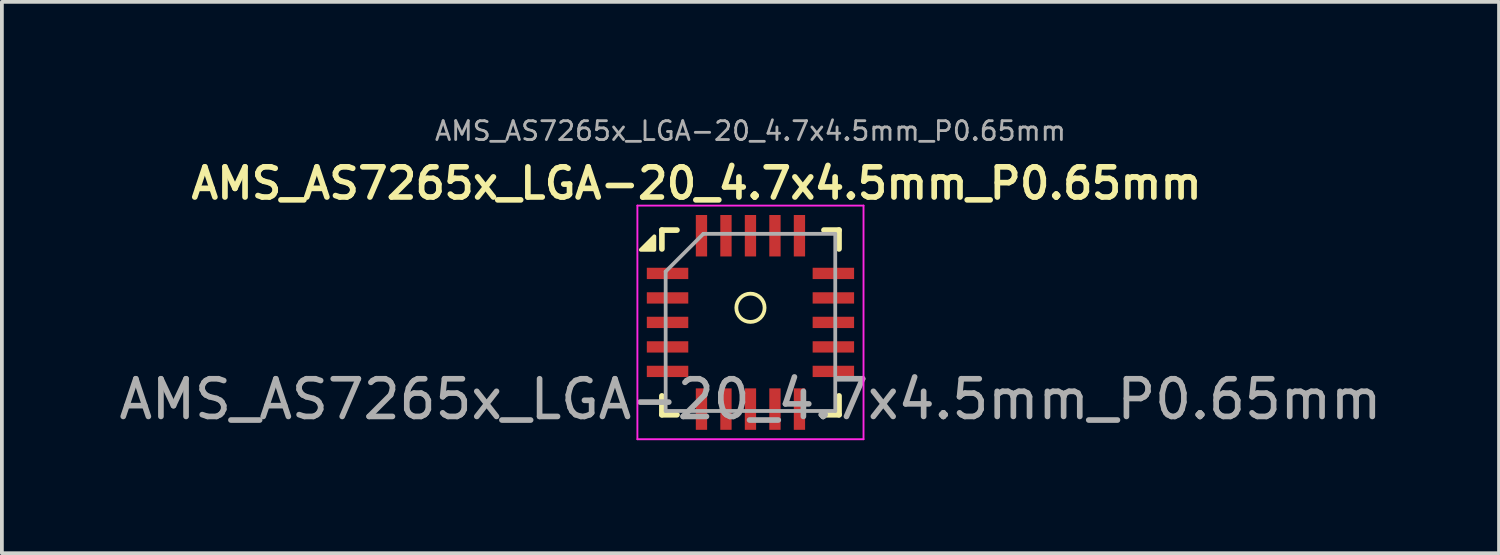
<source format=kicad_pcb>
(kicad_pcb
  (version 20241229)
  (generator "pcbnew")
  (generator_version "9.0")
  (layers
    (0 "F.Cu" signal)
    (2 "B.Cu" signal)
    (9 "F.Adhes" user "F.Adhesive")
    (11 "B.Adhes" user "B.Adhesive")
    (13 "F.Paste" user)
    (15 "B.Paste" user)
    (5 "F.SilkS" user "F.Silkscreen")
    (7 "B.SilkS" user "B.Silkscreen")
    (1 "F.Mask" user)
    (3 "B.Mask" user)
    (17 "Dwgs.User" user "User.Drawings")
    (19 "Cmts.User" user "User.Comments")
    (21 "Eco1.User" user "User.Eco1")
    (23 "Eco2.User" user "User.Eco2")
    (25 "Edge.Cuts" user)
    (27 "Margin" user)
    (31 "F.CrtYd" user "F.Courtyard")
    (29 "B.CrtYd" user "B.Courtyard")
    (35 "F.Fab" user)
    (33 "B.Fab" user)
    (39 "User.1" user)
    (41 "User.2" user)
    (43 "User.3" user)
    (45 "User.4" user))
  (footprint "AMS_AS7265x_LGA-20_4.7x4.5mm_P0.65mm"
    (layer "F.Cu")
    (at 16.865 5.111)
    (property "Reference" "AMS_AS7265x_LGA-20_4.7x4.5mm_P0.65mm" (at -1.432 -3.296 0) (unlocked yes) (layer "F.SilkS") (effects (font (size 0.8 0.8) (thickness 0.15))))
    (attr smd)
    (fp_line (start -2.352 -2.056) (end -1.952 -2.056) (stroke (width 0.15) (type solid)) (layer "F.SilkS"))
    (fp_line (start -2.352 -1.556) (end -2.352 -2.056) (stroke (width 0.15) (type solid)) (layer "F.SilkS"))
    (fp_line (start -2.352 2.844) (end -2.352 2.344) (stroke (width 0.15) (type solid)) (layer "F.SilkS"))
    (fp_line (start -1.952 2.844) (end -2.352 2.844) (stroke (width 0.15) (type solid)) (layer "F.SilkS"))
    (fp_line (start 1.948 -2.056) (end 2.348 -2.056) (stroke (width 0.15) (type solid)) (layer "F.SilkS"))
    (fp_line (start 1.948 2.844) (end 2.348 2.844) (stroke (width 0.15) (type solid)) (layer "F.SilkS"))
    (fp_line (start 2.348 -2.056) (end 2.348 -1.556) (stroke (width 0.15) (type solid)) (layer "F.SilkS"))
    (fp_line (start 2.348 2.844) (end 2.348 2.344) (stroke (width 0.15) (type solid)) (layer "F.SilkS"))
    (fp_circle (center -0.002 0.006) (end 0.373 0.006) (stroke (width 0.1) (type default)) (fill no) (layer "F.SilkS"))
    (fp_poly (pts (xy -2.552 -1.531) (xy -2.912 -1.531) (xy -2.552 -1.891) (xy -2.552 -1.531)) (stroke (width 0.1) (type solid)) (fill yes) (layer "F.SilkS"))
    (fp_line (start -3.002 -2.706) (end 2.998 -2.706) (stroke (width 0.05) (type solid)) (layer "F.CrtYd"))
    (fp_line (start -3.002 3.494) (end -3.002 -2.706) (stroke (width 0.05) (type solid)) (layer "F.CrtYd"))
    (fp_line (start 2.998 -2.706) (end 2.998 3.494) (stroke (width 0.05) (type solid)) (layer "F.CrtYd"))
    (fp_line (start 2.998 3.494) (end -3.002 3.494) (stroke (width 0.05) (type solid)) (layer "F.CrtYd"))
    (fp_line (start -2.252 -0.956) (end -1.252 -1.956) (stroke (width 0.1) (type solid)) (layer "F.Fab"))
    (fp_line (start -2.252 2.744) (end -2.252 -0.956) (stroke (width 0.1) (type solid)) (layer "F.Fab"))
    (fp_line (start -1.252 -1.956) (end 2.248 -1.956) (stroke (width 0.1) (type solid)) (layer "F.Fab"))
    (fp_line (start 2.248 -1.956) (end 2.248 2.744) (stroke (width 0.1) (type solid)) (layer "F.Fab"))
    (fp_line (start 2.248 2.744) (end -2.252 2.744) (stroke (width 0.1) (type solid)) (layer "F.Fab"))
    (fp_text user "${REFERENCE}" (at -0.002 -4.686 180) (layer "F.Fab") (effects (font (size 0.5 0.5) (thickness 0.075))))
    (fp_text user "${REFERENCE}" (at -0.002 2.434 0) (unlocked yes) (layer "F.Fab") (effects (font (size 1 1) (thickness 0.15))))
    (pad "1" smd rect (at -2.202 -0.906 90) (size 0.3 1.1) (layers "F.Cu" "F.Mask" "F.Paste"))
    (pad "2" smd rect (at -2.202 -0.256 90) (size 0.3 1.1) (layers "F.Cu" "F.Mask" "F.Paste"))
    (pad "3" smd rect (at -2.202 0.394 90) (size 0.3 1.1) (layers "F.Cu" "F.Mask" "F.Paste"))
    (pad "4" smd rect (at -2.202 1.044 90) (size 0.3 1.1) (layers "F.Cu" "F.Mask" "F.Paste"))
    (pad "5" smd rect (at -2.202 1.694 90) (size 0.3 1.1) (layers "F.Cu" "F.Mask" "F.Paste"))
    (pad "6" smd rect (at -1.302 2.694) (size 0.3 1.1) (layers "F.Cu" "F.Mask" "F.Paste"))
    (pad "7" smd rect (at -0.652 2.694) (size 0.3 1.1) (layers "F.Cu" "F.Mask" "F.Paste"))
    (pad "8" smd rect (at -0.002 2.694) (size 0.3 1.1) (layers "F.Cu" "F.Mask" "F.Paste"))
    (pad "9" smd rect (at 0.648 2.694) (size 0.3 1.1) (layers "F.Cu" "F.Mask" "F.Paste"))
    (pad "10" smd rect (at 1.298 2.694) (size 0.3 1.1) (layers "F.Cu" "F.Mask" "F.Paste"))
    (pad "11" smd rect (at 2.198 1.694 90) (size 0.3 1.1) (layers "F.Cu" "F.Mask" "F.Paste"))
    (pad "12" smd rect (at 2.198 1.044 90) (size 0.3 1.1) (layers "F.Cu" "F.Mask" "F.Paste"))
    (pad "13" smd rect (at 2.198 0.394 90) (size 0.3 1.1) (layers "F.Cu" "F.Mask" "F.Paste"))
    (pad "14" smd rect (at 2.198 -0.256 90) (size 0.3 1.1) (layers "F.Cu" "F.Mask" "F.Paste"))
    (pad "15" smd rect (at 2.198 -0.906 90) (size 0.3 1.1) (layers "F.Cu" "F.Mask" "F.Paste"))
    (pad "16" smd rect (at 1.298 -1.906) (size 0.3 1.1) (layers "F.Cu" "F.Mask" "F.Paste"))
    (pad "17" smd rect (at 0.648 -1.906) (size 0.3 1.1) (layers "F.Cu" "F.Mask" "F.Paste"))
    (pad "18" smd rect (at -0.002 -1.906) (size 0.3 1.1) (layers "F.Cu" "F.Mask" "F.Paste"))
    (pad "19" smd rect (at -0.652 -1.906) (size 0.3 1.1) (layers "F.Cu" "F.Mask" "F.Paste"))
    (pad "20" smd rect (at -1.302 -1.906) (size 0.3 1.1) (layers "F.Cu" "F.Mask" "F.Paste")))
  (gr_rect
    (start -3 -3)
    (end 36.726 11.629)
    (stroke (width 0.1) (type default))
    (fill no)
    (layer "Edge.Cuts")))
</source>
